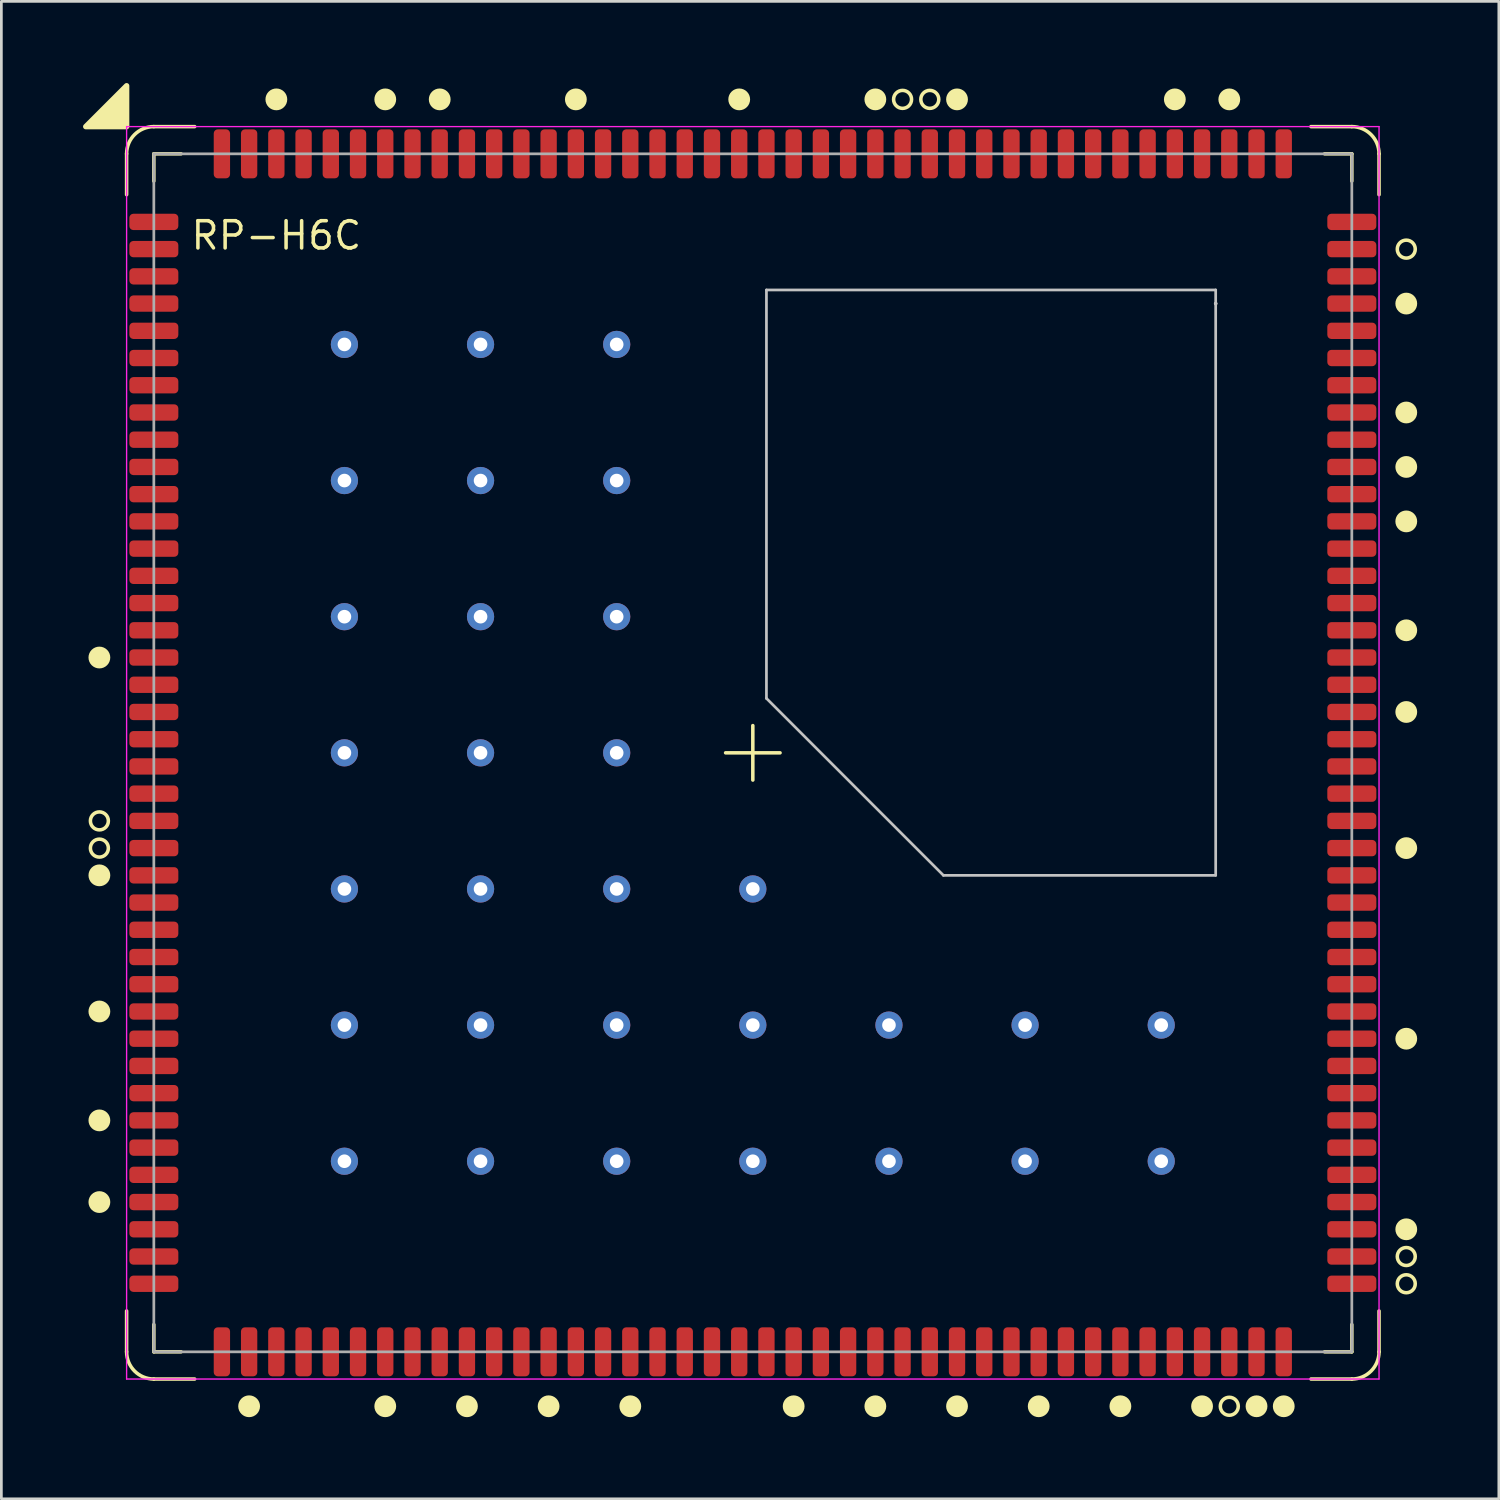
<source format=kicad_pcb>
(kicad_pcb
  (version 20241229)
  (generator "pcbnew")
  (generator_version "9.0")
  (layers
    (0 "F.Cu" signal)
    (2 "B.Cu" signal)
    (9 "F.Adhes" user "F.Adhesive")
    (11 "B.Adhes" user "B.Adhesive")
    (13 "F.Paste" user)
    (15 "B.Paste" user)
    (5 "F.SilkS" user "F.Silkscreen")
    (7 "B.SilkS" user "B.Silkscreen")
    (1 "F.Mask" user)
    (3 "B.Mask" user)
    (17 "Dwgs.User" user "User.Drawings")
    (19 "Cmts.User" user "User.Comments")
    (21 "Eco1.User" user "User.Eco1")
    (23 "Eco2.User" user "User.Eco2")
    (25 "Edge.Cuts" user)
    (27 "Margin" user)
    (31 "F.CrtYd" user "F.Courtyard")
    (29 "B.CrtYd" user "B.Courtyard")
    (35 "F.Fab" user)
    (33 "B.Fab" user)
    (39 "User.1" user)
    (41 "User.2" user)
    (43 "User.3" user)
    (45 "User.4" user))
  (footprint "RP-H6C"
    (layer "F.Cu")
    (at 24.6 24.6)
    (property "Reference" "RP-H6C" (at -17.5 -19 0) (layer "F.SilkS") (effects (font (size 1 1) (thickness 0.13))))
    (attr smd)
    (fp_line (start -23 -22) (end -23 -20.5) (stroke (width 0.13) (type solid)) (layer "F.SilkS"))
    (fp_line (start -23 22) (end -23 20.5) (stroke (width 0.13) (type solid)) (layer "F.SilkS"))
    (fp_line (start -22 -23) (end -20.5 -23) (stroke (width 0.13) (type solid)) (layer "F.SilkS"))
    (fp_line (start -22 -22) (end -22 -21) (stroke (width 0.13) (type solid)) (layer "F.SilkS"))
    (fp_line (start -22 21) (end -22 22) (stroke (width 0.13) (type solid)) (layer "F.SilkS"))
    (fp_line (start -22 22) (end -21 22) (stroke (width 0.13) (type solid)) (layer "F.SilkS"))
    (fp_line (start -22 23) (end -20.5 23) (stroke (width 0.13) (type solid)) (layer "F.SilkS"))
    (fp_line (start -21 -22) (end -22 -22) (stroke (width 0.13) (type solid)) (layer "F.SilkS"))
    (fp_line (start -1 0) (end 1 0) (stroke (width 0.13) (type solid)) (layer "F.SilkS"))
    (fp_line (start 0 1) (end 0 -1) (stroke (width 0.13) (type solid)) (layer "F.SilkS"))
    (fp_line (start 22 -23) (end 20.5 -23) (stroke (width 0.13) (type solid)) (layer "F.SilkS"))
    (fp_line (start 22 -22) (end 21 -22) (stroke (width 0.13) (type solid)) (layer "F.SilkS"))
    (fp_line (start 22 -21) (end 22 -22) (stroke (width 0.13) (type solid)) (layer "F.SilkS"))
    (fp_line (start 22 21) (end 22 22) (stroke (width 0.13) (type solid)) (layer "F.SilkS"))
    (fp_line (start 22 22) (end 21 22) (stroke (width 0.13) (type solid)) (layer "F.SilkS"))
    (fp_line (start 22 23) (end 20.5 23) (stroke (width 0.13) (type solid)) (layer "F.SilkS"))
    (fp_line (start 23 -22) (end 23 -20.5) (stroke (width 0.13) (type solid)) (layer "F.SilkS"))
    (fp_line (start 23 22) (end 23 20.5) (stroke (width 0.13) (type solid)) (layer "F.SilkS"))
    (fp_arc (start -23 -22) (mid -22.707107 -22.707107) (end -22 -23) (stroke (width 0.13) (type solid)) (layer "F.SilkS"))
    (fp_arc (start -22 23) (mid -22.707107 22.707107) (end -23 22) (stroke (width 0.13) (type solid)) (layer "F.SilkS"))
    (fp_arc (start 22 -23) (mid 22.707107 -22.707107) (end 23 -22) (stroke (width 0.13) (type solid)) (layer "F.SilkS"))
    (fp_arc (start 23 22) (mid 22.707107 22.707107) (end 22 23) (stroke (width 0.13) (type solid)) (layer "F.SilkS"))
    (fp_circle (center -24 -3.5) (end -23.8 -3.5) (stroke (width 0.4) (type solid)) (fill no) (layer "F.SilkS"))
    (fp_circle (center -24 2.5) (end -23.67 2.5) (stroke (width 0.13) (type solid)) (fill no) (layer "F.SilkS"))
    (fp_circle (center -24 3.5) (end -23.67 3.5) (stroke (width 0.13) (type solid)) (fill no) (layer "F.SilkS"))
    (fp_circle (center -24 4.5) (end -23.8 4.5) (stroke (width 0.4) (type solid)) (fill no) (layer "F.SilkS"))
    (fp_circle (center -24 9.5) (end -23.8 9.5) (stroke (width 0.4) (type solid)) (fill no) (layer "F.SilkS"))
    (fp_circle (center -24 13.5) (end -23.8 13.5) (stroke (width 0.4) (type solid)) (fill no) (layer "F.SilkS"))
    (fp_circle (center -24 16.5) (end -23.8 16.5) (stroke (width 0.4) (type solid)) (fill no) (layer "F.SilkS"))
    (fp_circle (center -18.5 24) (end -18.3 24) (stroke (width 0.4) (type solid)) (fill no) (layer "F.SilkS"))
    (fp_circle (center -17.5 -24) (end -17.3 -24) (stroke (width 0.4) (type solid)) (fill no) (layer "F.SilkS"))
    (fp_circle (center -13.5 -24) (end -13.3 -24) (stroke (width 0.4) (type solid)) (fill no) (layer "F.SilkS"))
    (fp_circle (center -13.5 24) (end -13.3 24) (stroke (width 0.4) (type solid)) (fill no) (layer "F.SilkS"))
    (fp_circle (center -11.5 -24) (end -11.3 -24) (stroke (width 0.4) (type solid)) (fill no) (layer "F.SilkS"))
    (fp_circle (center -10.5 24) (end -10.3 24) (stroke (width 0.4) (type solid)) (fill no) (layer "F.SilkS"))
    (fp_circle (center -7.5 24) (end -7.3 24) (stroke (width 0.4) (type solid)) (fill no) (layer "F.SilkS"))
    (fp_circle (center -6.5 -24) (end -6.3 -24) (stroke (width 0.4) (type solid)) (fill no) (layer "F.SilkS"))
    (fp_circle (center -4.5 24) (end -4.3 24) (stroke (width 0.4) (type solid)) (fill no) (layer "F.SilkS"))
    (fp_circle (center -0.5 -24) (end -0.3 -24) (stroke (width 0.4) (type solid)) (fill no) (layer "F.SilkS"))
    (fp_circle (center 1.5 24) (end 1.7 24) (stroke (width 0.4) (type solid)) (fill no) (layer "F.SilkS"))
    (fp_circle (center 4.5 -24) (end 4.7 -24) (stroke (width 0.4) (type solid)) (fill no) (layer "F.SilkS"))
    (fp_circle (center 4.5 24) (end 4.7 24) (stroke (width 0.4) (type solid)) (fill no) (layer "F.SilkS"))
    (fp_circle (center 5.5 -24) (end 5.83 -24) (stroke (width 0.13) (type solid)) (fill no) (layer "F.SilkS"))
    (fp_circle (center 6.5 -24) (end 6.83 -24) (stroke (width 0.13) (type solid)) (fill no) (layer "F.SilkS"))
    (fp_circle (center 7.5 -24) (end 7.7 -24) (stroke (width 0.4) (type solid)) (fill no) (layer "F.SilkS"))
    (fp_circle (center 7.5 24) (end 7.7 24) (stroke (width 0.4) (type solid)) (fill no) (layer "F.SilkS"))
    (fp_circle (center 10.5 24) (end 10.7 24) (stroke (width 0.4) (type solid)) (fill no) (layer "F.SilkS"))
    (fp_circle (center 13.5 24) (end 13.7 24) (stroke (width 0.4) (type solid)) (fill no) (layer "F.SilkS"))
    (fp_circle (center 15.5 -24) (end 15.7 -24) (stroke (width 0.4) (type solid)) (fill no) (layer "F.SilkS"))
    (fp_circle (center 16.5 24) (end 16.7 24) (stroke (width 0.4) (type solid)) (fill no) (layer "F.SilkS"))
    (fp_circle (center 17.5 -24) (end 17.7 -24) (stroke (width 0.4) (type solid)) (fill no) (layer "F.SilkS"))
    (fp_circle (center 17.5 24) (end 17.83 24) (stroke (width 0.13) (type solid)) (fill no) (layer "F.SilkS"))
    (fp_circle (center 18.5 24) (end 18.7 24) (stroke (width 0.4) (type solid)) (fill no) (layer "F.SilkS"))
    (fp_circle (center 19.5 24) (end 19.7 24) (stroke (width 0.4) (type solid)) (fill no) (layer "F.SilkS"))
    (fp_circle (center 24 -18.5) (end 24.33 -18.5) (stroke (width 0.13) (type solid)) (fill no) (layer "F.SilkS"))
    (fp_circle (center 24 -16.5) (end 24.2 -16.5) (stroke (width 0.4) (type solid)) (fill no) (layer "F.SilkS"))
    (fp_circle (center 24 -12.5) (end 24.2 -12.5) (stroke (width 0.4) (type solid)) (fill no) (layer "F.SilkS"))
    (fp_circle (center 24 -10.5) (end 24.2 -10.5) (stroke (width 0.4) (type solid)) (fill no) (layer "F.SilkS"))
    (fp_circle (center 24 -8.5) (end 24.2 -8.5) (stroke (width 0.4) (type solid)) (fill no) (layer "F.SilkS"))
    (fp_circle (center 24 -4.5) (end 24.2 -4.5) (stroke (width 0.4) (type solid)) (fill no) (layer "F.SilkS"))
    (fp_circle (center 24 -1.5) (end 24.2 -1.5) (stroke (width 0.4) (type solid)) (fill no) (layer "F.SilkS"))
    (fp_circle (center 24 3.5) (end 24.2 3.5) (stroke (width 0.4) (type solid)) (fill no) (layer "F.SilkS"))
    (fp_circle (center 24 10.5) (end 24.2 10.5) (stroke (width 0.4) (type solid)) (fill no) (layer "F.SilkS"))
    (fp_circle (center 24 17.5) (end 24.2 17.5) (stroke (width 0.4) (type solid)) (fill no) (layer "F.SilkS"))
    (fp_circle (center 24 18.5) (end 24.33 18.5) (stroke (width 0.13) (type solid)) (fill no) (layer "F.SilkS"))
    (fp_circle (center 24 19.5) (end 24.33 19.5) (stroke (width 0.13) (type solid)) (fill no) (layer "F.SilkS"))
    (fp_poly (pts (xy -23 -24.5) (xy -23 -23) (xy -24.5 -23)) (stroke (width 0.2) (type solid)) (fill yes) (layer "F.SilkS"))
    (fp_line (start 0.5 -17) (end 17 -17) (stroke (width 0.1) (type solid)) (layer "Dwgs.User"))
    (fp_line (start 0.5 -2) (end 0.5 -17) (stroke (width 0.1) (type solid)) (layer "Dwgs.User"))
    (fp_line (start 0.5 -2) (end 7 4.5) (stroke (width 0.1) (type solid)) (layer "Dwgs.User"))
    (fp_line (start 17 -17) (end 17 4.5) (stroke (width 0.1) (type solid)) (layer "Dwgs.User"))
    (fp_line (start 17 -16.5) (end 17 -16.5) (stroke (width 0.13) (type solid)) (layer "Dwgs.User"))
    (fp_line (start 17 -16.5) (end 17 -16.5) (stroke (width 0.13) (type solid)) (layer "Dwgs.User"))
    (fp_line (start 17 4.5) (end 7 4.5) (stroke (width 0.1) (type solid)) (layer "Dwgs.User"))
    (fp_line (start -23 -23) (end -23 23) (stroke (width 0.05) (type solid)) (layer "F.CrtYd"))
    (fp_line (start -23 23) (end 23 23) (stroke (width 0.05) (type solid)) (layer "F.CrtYd"))
    (fp_line (start 23 -23) (end -23 -23) (stroke (width 0.05) (type solid)) (layer "F.CrtYd"))
    (fp_line (start 23 23) (end 23 -23) (stroke (width 0.05) (type solid)) (layer "F.CrtYd"))
    (fp_line (start -22 -22) (end -22 22) (stroke (width 0.1) (type solid)) (layer "F.Fab"))
    (fp_line (start -22 22) (end 22 22) (stroke (width 0.1) (type solid)) (layer "F.Fab"))
    (fp_line (start 22 -22) (end -22 -22) (stroke (width 0.1) (type solid)) (layer "F.Fab"))
    (fp_line (start 22 22) (end 22 -22) (stroke (width 0.1) (type solid)) (layer "F.Fab"))
    (pad "1" smd roundrect (at -22 -19.5) (size 1.8 0.6) (layers "F.Cu" "F.Mask" "F.Paste") (roundrect_rratio 0.25))
    (pad "2" smd roundrect (at -22 -18.5) (size 1.8 0.6) (layers "F.Cu" "F.Mask" "F.Paste") (roundrect_rratio 0.25))
    (pad "3" smd roundrect (at -22 -17.5) (size 1.8 0.6) (layers "F.Cu" "F.Mask" "F.Paste") (roundrect_rratio 0.25))
    (pad "4" smd roundrect (at -22 -16.5) (size 1.8 0.6) (layers "F.Cu" "F.Mask" "F.Paste") (roundrect_rratio 0.25))
    (pad "5" smd roundrect (at -22 -15.5) (size 1.8 0.6) (layers "F.Cu" "F.Mask" "F.Paste") (roundrect_rratio 0.25))
    (pad "6" smd roundrect (at -22 -14.5) (size 1.8 0.6) (layers "F.Cu" "F.Mask" "F.Paste") (roundrect_rratio 0.25))
    (pad "7" smd roundrect (at -22 -13.5) (size 1.8 0.6) (layers "F.Cu" "F.Mask" "F.Paste") (roundrect_rratio 0.25))
    (pad "8" smd roundrect (at -22 -12.5) (size 1.8 0.6) (layers "F.Cu" "F.Mask" "F.Paste") (roundrect_rratio 0.25))
    (pad "9" smd roundrect (at -22 -11.5) (size 1.8 0.6) (layers "F.Cu" "F.Mask" "F.Paste") (roundrect_rratio 0.25))
    (pad "10" smd roundrect (at -22 -10.5) (size 1.8 0.6) (layers "F.Cu" "F.Mask" "F.Paste") (roundrect_rratio 0.25))
    (pad "11" smd roundrect (at -22 -9.5) (size 1.8 0.6) (layers "F.Cu" "F.Mask" "F.Paste") (roundrect_rratio 0.25))
    (pad "12" smd roundrect (at -22 -8.5) (size 1.8 0.6) (layers "F.Cu" "F.Mask" "F.Paste") (roundrect_rratio 0.25))
    (pad "13" smd roundrect (at -22 -7.5) (size 1.8 0.6) (layers "F.Cu" "F.Mask" "F.Paste") (roundrect_rratio 0.25))
    (pad "14" smd roundrect (at -22 -6.5) (size 1.8 0.6) (layers "F.Cu" "F.Mask" "F.Paste") (roundrect_rratio 0.25))
    (pad "15" smd roundrect (at -22 -5.5) (size 1.8 0.6) (layers "F.Cu" "F.Mask" "F.Paste") (roundrect_rratio 0.25))
    (pad "16" smd roundrect (at -22 -4.5) (size 1.8 0.6) (layers "F.Cu" "F.Mask" "F.Paste") (roundrect_rratio 0.25))
    (pad "17" smd roundrect (at -22 -3.5) (size 1.8 0.6) (layers "F.Cu" "F.Mask" "F.Paste") (roundrect_rratio 0.25))
    (pad "18" smd roundrect (at -22 -2.5) (size 1.8 0.6) (layers "F.Cu" "F.Mask" "F.Paste") (roundrect_rratio 0.25))
    (pad "19" smd roundrect (at -22 -1.5) (size 1.8 0.6) (layers "F.Cu" "F.Mask" "F.Paste") (roundrect_rratio 0.25))
    (pad "20" smd roundrect (at -22 -0.5) (size 1.8 0.6) (layers "F.Cu" "F.Mask" "F.Paste") (roundrect_rratio 0.25))
    (pad "21" smd roundrect (at -22 0.5) (size 1.8 0.6) (layers "F.Cu" "F.Mask" "F.Paste") (roundrect_rratio 0.25))
    (pad "22" smd roundrect (at -22 1.5) (size 1.8 0.6) (layers "F.Cu" "F.Mask" "F.Paste") (roundrect_rratio 0.25))
    (pad "23" smd roundrect (at -22 2.5) (size 1.8 0.6) (layers "F.Cu" "F.Mask" "F.Paste") (roundrect_rratio 0.25))
    (pad "24" smd roundrect (at -22 3.5) (size 1.8 0.6) (layers "F.Cu" "F.Mask" "F.Paste") (roundrect_rratio 0.25))
    (pad "25" smd roundrect (at -22 4.5) (size 1.8 0.6) (layers "F.Cu" "F.Mask" "F.Paste") (roundrect_rratio 0.25))
    (pad "26" smd roundrect (at -22 5.5) (size 1.8 0.6) (layers "F.Cu" "F.Mask" "F.Paste") (roundrect_rratio 0.25))
    (pad "27" smd roundrect (at -22 6.5) (size 1.8 0.6) (layers "F.Cu" "F.Mask" "F.Paste") (roundrect_rratio 0.25))
    (pad "28" smd roundrect (at -22 7.5) (size 1.8 0.6) (layers "F.Cu" "F.Mask" "F.Paste") (roundrect_rratio 0.25))
    (pad "29" smd roundrect (at -22 8.5) (size 1.8 0.6) (layers "F.Cu" "F.Mask" "F.Paste") (roundrect_rratio 0.25))
    (pad "30" smd roundrect (at -22 9.5) (size 1.8 0.6) (layers "F.Cu" "F.Mask" "F.Paste") (roundrect_rratio 0.25))
    (pad "31" smd roundrect (at -22 10.5) (size 1.8 0.6) (layers "F.Cu" "F.Mask" "F.Paste") (roundrect_rratio 0.25))
    (pad "32" smd roundrect (at -22 11.5) (size 1.8 0.6) (layers "F.Cu" "F.Mask" "F.Paste") (roundrect_rratio 0.25))
    (pad "33" smd roundrect (at -22 12.5) (size 1.8 0.6) (layers "F.Cu" "F.Mask" "F.Paste") (roundrect_rratio 0.25))
    (pad "34" smd roundrect (at -22 13.5) (size 1.8 0.6) (layers "F.Cu" "F.Mask" "F.Paste") (roundrect_rratio 0.25))
    (pad "35" smd roundrect (at -22 14.5) (size 1.8 0.6) (layers "F.Cu" "F.Mask" "F.Paste") (roundrect_rratio 0.25))
    (pad "36" smd roundrect (at -22 15.5) (size 1.8 0.6) (layers "F.Cu" "F.Mask" "F.Paste") (roundrect_rratio 0.25))
    (pad "37" smd roundrect (at -22 16.5) (size 1.8 0.6) (layers "F.Cu" "F.Mask" "F.Paste") (roundrect_rratio 0.25))
    (pad "38" smd roundrect (at -22 17.5) (size 1.8 0.6) (layers "F.Cu" "F.Mask" "F.Paste") (roundrect_rratio 0.25))
    (pad "39" smd roundrect (at -22 18.5) (size 1.8 0.6) (layers "F.Cu" "F.Mask" "F.Paste") (roundrect_rratio 0.25))
    (pad "40" smd roundrect (at -22 19.5) (size 1.8 0.6) (layers "F.Cu" "F.Mask" "F.Paste") (roundrect_rratio 0.25))
    (pad "41" smd roundrect (at -19.5 22) (size 0.6 1.8) (layers "F.Cu" "F.Mask" "F.Paste") (roundrect_rratio 0.25))
    (pad "42" smd roundrect (at -18.5 22) (size 0.6 1.8) (layers "F.Cu" "F.Mask" "F.Paste") (roundrect_rratio 0.25))
    (pad "43" smd roundrect (at -17.5 22) (size 0.6 1.8) (layers "F.Cu" "F.Mask" "F.Paste") (roundrect_rratio 0.25))
    (pad "44" smd roundrect (at -16.5 22) (size 0.6 1.8) (layers "F.Cu" "F.Mask" "F.Paste") (roundrect_rratio 0.25))
    (pad "45" smd roundrect (at -15.5 22) (size 0.6 1.8) (layers "F.Cu" "F.Mask" "F.Paste") (roundrect_rratio 0.25))
    (pad "46" smd roundrect (at -14.5 22) (size 0.6 1.8) (layers "F.Cu" "F.Mask" "F.Paste") (roundrect_rratio 0.25))
    (pad "47" smd roundrect (at -13.5 22) (size 0.6 1.8) (layers "F.Cu" "F.Mask" "F.Paste") (roundrect_rratio 0.25))
    (pad "48" smd roundrect (at -12.5 22) (size 0.6 1.8) (layers "F.Cu" "F.Mask" "F.Paste") (roundrect_rratio 0.25))
    (pad "49" smd roundrect (at -11.5 22) (size 0.6 1.8) (layers "F.Cu" "F.Mask" "F.Paste") (roundrect_rratio 0.25))
    (pad "50" smd roundrect (at -10.5 22) (size 0.6 1.8) (layers "F.Cu" "F.Mask" "F.Paste") (roundrect_rratio 0.25))
    (pad "51" smd roundrect (at -9.5 22) (size 0.6 1.8) (layers "F.Cu" "F.Mask" "F.Paste") (roundrect_rratio 0.25))
    (pad "52" smd roundrect (at -8.5 22) (size 0.6 1.8) (layers "F.Cu" "F.Mask" "F.Paste") (roundrect_rratio 0.25))
    (pad "53" smd roundrect (at -7.5 22) (size 0.6 1.8) (layers "F.Cu" "F.Mask" "F.Paste") (roundrect_rratio 0.25))
    (pad "54" smd roundrect (at -6.5 22) (size 0.6 1.8) (layers "F.Cu" "F.Mask" "F.Paste") (roundrect_rratio 0.25))
    (pad "55" smd roundrect (at -5.5 22) (size 0.6 1.8) (layers "F.Cu" "F.Mask" "F.Paste") (roundrect_rratio 0.25))
    (pad "56" smd roundrect (at -4.5 22) (size 0.6 1.8) (layers "F.Cu" "F.Mask" "F.Paste") (roundrect_rratio 0.25))
    (pad "57" smd roundrect (at -3.5 22) (size 0.6 1.8) (layers "F.Cu" "F.Mask" "F.Paste") (roundrect_rratio 0.25))
    (pad "58" smd roundrect (at -2.5 22) (size 0.6 1.8) (layers "F.Cu" "F.Mask" "F.Paste") (roundrect_rratio 0.25))
    (pad "59" smd roundrect (at -1.5 22) (size 0.6 1.8) (layers "F.Cu" "F.Mask" "F.Paste") (roundrect_rratio 0.25))
    (pad "60" smd roundrect (at -0.5 22) (size 0.6 1.8) (layers "F.Cu" "F.Mask" "F.Paste") (roundrect_rratio 0.25))
    (pad "61" smd roundrect (at 0.5 22) (size 0.6 1.8) (layers "F.Cu" "F.Mask" "F.Paste") (roundrect_rratio 0.25))
    (pad "62" smd roundrect (at 1.5 22) (size 0.6 1.8) (layers "F.Cu" "F.Mask" "F.Paste") (roundrect_rratio 0.25))
    (pad "63" smd roundrect (at 2.5 22) (size 0.6 1.8) (layers "F.Cu" "F.Mask" "F.Paste") (roundrect_rratio 0.25))
    (pad "64" smd roundrect (at 3.5 22) (size 0.6 1.8) (layers "F.Cu" "F.Mask" "F.Paste") (roundrect_rratio 0.25))
    (pad "65" smd roundrect (at 4.5 22) (size 0.6 1.8) (layers "F.Cu" "F.Mask" "F.Paste") (roundrect_rratio 0.25))
    (pad "66" smd roundrect (at 5.5 22) (size 0.6 1.8) (layers "F.Cu" "F.Mask" "F.Paste") (roundrect_rratio 0.25))
    (pad "67" smd roundrect (at 6.5 22) (size 0.6 1.8) (layers "F.Cu" "F.Mask" "F.Paste") (roundrect_rratio 0.25))
    (pad "68" smd roundrect (at 7.5 22) (size 0.6 1.8) (layers "F.Cu" "F.Mask" "F.Paste") (roundrect_rratio 0.25))
    (pad "69" smd roundrect (at 8.5 22) (size 0.6 1.8) (layers "F.Cu" "F.Mask" "F.Paste") (roundrect_rratio 0.25))
    (pad "70" smd roundrect (at 9.5 22) (size 0.6 1.8) (layers "F.Cu" "F.Mask" "F.Paste") (roundrect_rratio 0.25))
    (pad "71" smd roundrect (at 10.5 22) (size 0.6 1.8) (layers "F.Cu" "F.Mask" "F.Paste") (roundrect_rratio 0.25))
    (pad "72" smd roundrect (at 11.5 22) (size 0.6 1.8) (layers "F.Cu" "F.Mask" "F.Paste") (roundrect_rratio 0.25))
    (pad "73" smd roundrect (at 12.5 22) (size 0.6 1.8) (layers "F.Cu" "F.Mask" "F.Paste") (roundrect_rratio 0.25))
    (pad "74" smd roundrect (at 13.5 22) (size 0.6 1.8) (layers "F.Cu" "F.Mask" "F.Paste") (roundrect_rratio 0.25))
    (pad "75" smd roundrect (at 14.5 22) (size 0.6 1.8) (layers "F.Cu" "F.Mask" "F.Paste") (roundrect_rratio 0.25))
    (pad "76" smd roundrect (at 15.5 22) (size 0.6 1.8) (layers "F.Cu" "F.Mask" "F.Paste") (roundrect_rratio 0.25))
    (pad "77" smd roundrect (at 16.5 22) (size 0.6 1.8) (layers "F.Cu" "F.Mask" "F.Paste") (roundrect_rratio 0.25))
    (pad "78" smd roundrect (at 17.5 22) (size 0.6 1.8) (layers "F.Cu" "F.Mask" "F.Paste") (roundrect_rratio 0.25))
    (pad "79" smd roundrect (at 18.5 22) (size 0.6 1.8) (layers "F.Cu" "F.Mask" "F.Paste") (roundrect_rratio 0.25))
    (pad "80" smd roundrect (at 19.5 22) (size 0.6 1.8) (layers "F.Cu" "F.Mask" "F.Paste") (roundrect_rratio 0.25))
    (pad "81" smd roundrect (at 22 19.5) (size 1.8 0.6) (layers "F.Cu" "F.Mask" "F.Paste") (roundrect_rratio 0.25))
    (pad "82" smd roundrect (at 22 18.5) (size 1.8 0.6) (layers "F.Cu" "F.Mask" "F.Paste") (roundrect_rratio 0.25))
    (pad "83" smd roundrect (at 22 17.5) (size 1.8 0.6) (layers "F.Cu" "F.Mask" "F.Paste") (roundrect_rratio 0.25))
    (pad "84" smd roundrect (at 22 16.5) (size 1.8 0.6) (layers "F.Cu" "F.Mask" "F.Paste") (roundrect_rratio 0.25))
    (pad "85" smd roundrect (at 22 15.5) (size 1.8 0.6) (layers "F.Cu" "F.Mask" "F.Paste") (roundrect_rratio 0.25))
    (pad "86" smd roundrect (at 22 14.5) (size 1.8 0.6) (layers "F.Cu" "F.Mask" "F.Paste") (roundrect_rratio 0.25))
    (pad "87" smd roundrect (at 22 13.5) (size 1.8 0.6) (layers "F.Cu" "F.Mask" "F.Paste") (roundrect_rratio 0.25))
    (pad "88" smd roundrect (at 22 12.5) (size 1.8 0.6) (layers "F.Cu" "F.Mask" "F.Paste") (roundrect_rratio 0.25))
    (pad "89" smd roundrect (at 22 11.5) (size 1.8 0.6) (layers "F.Cu" "F.Mask" "F.Paste") (roundrect_rratio 0.25))
    (pad "90" smd roundrect (at 22 10.5) (size 1.8 0.6) (layers "F.Cu" "F.Mask" "F.Paste") (roundrect_rratio 0.25))
    (pad "91" smd roundrect (at 22 9.5) (size 1.8 0.6) (layers "F.Cu" "F.Mask" "F.Paste") (roundrect_rratio 0.25))
    (pad "92" smd roundrect (at 22 8.5) (size 1.8 0.6) (layers "F.Cu" "F.Mask" "F.Paste") (roundrect_rratio 0.25))
    (pad "93" smd roundrect (at 22 7.5) (size 1.8 0.6) (layers "F.Cu" "F.Mask" "F.Paste") (roundrect_rratio 0.25))
    (pad "94" smd roundrect (at 22 6.5) (size 1.8 0.6) (layers "F.Cu" "F.Mask" "F.Paste") (roundrect_rratio 0.25))
    (pad "95" smd roundrect (at 22 5.5) (size 1.8 0.6) (layers "F.Cu" "F.Mask" "F.Paste") (roundrect_rratio 0.25))
    (pad "96" smd roundrect (at 22 4.5) (size 1.8 0.6) (layers "F.Cu" "F.Mask" "F.Paste") (roundrect_rratio 0.25))
    (pad "97" smd roundrect (at 22 3.5) (size 1.8 0.6) (layers "F.Cu" "F.Mask" "F.Paste") (roundrect_rratio 0.25))
    (pad "98" smd roundrect (at 22 2.5) (size 1.8 0.6) (layers "F.Cu" "F.Mask" "F.Paste") (roundrect_rratio 0.25))
    (pad "99" smd roundrect (at 22 1.5) (size 1.8 0.6) (layers "F.Cu" "F.Mask" "F.Paste") (roundrect_rratio 0.25))
    (pad "100" smd roundrect (at 22 0.5) (size 1.8 0.6) (layers "F.Cu" "F.Mask" "F.Paste") (roundrect_rratio 0.25))
    (pad "101" smd roundrect (at 22 -0.5) (size 1.8 0.6) (layers "F.Cu" "F.Mask" "F.Paste") (roundrect_rratio 0.25))
    (pad "102" smd roundrect (at 22 -1.5) (size 1.8 0.6) (layers "F.Cu" "F.Mask" "F.Paste") (roundrect_rratio 0.25))
    (pad "103" smd roundrect (at 22 -2.5) (size 1.8 0.6) (layers "F.Cu" "F.Mask" "F.Paste") (roundrect_rratio 0.25))
    (pad "104" smd roundrect (at 22 -3.5) (size 1.8 0.6) (layers "F.Cu" "F.Mask" "F.Paste") (roundrect_rratio 0.25))
    (pad "105" smd roundrect (at 22 -4.5) (size 1.8 0.6) (layers "F.Cu" "F.Mask" "F.Paste") (roundrect_rratio 0.25))
    (pad "106" smd roundrect (at 22 -5.5) (size 1.8 0.6) (layers "F.Cu" "F.Mask" "F.Paste") (roundrect_rratio 0.25))
    (pad "107" smd roundrect (at 22 -6.5) (size 1.8 0.6) (layers "F.Cu" "F.Mask" "F.Paste") (roundrect_rratio 0.25))
    (pad "108" smd roundrect (at 22 -7.5) (size 1.8 0.6) (layers "F.Cu" "F.Mask" "F.Paste") (roundrect_rratio 0.25))
    (pad "109" smd roundrect (at 22 -8.5) (size 1.8 0.6) (layers "F.Cu" "F.Mask" "F.Paste") (roundrect_rratio 0.25))
    (pad "110" smd roundrect (at 22 -9.5) (size 1.8 0.6) (layers "F.Cu" "F.Mask" "F.Paste") (roundrect_rratio 0.25))
    (pad "111" smd roundrect (at 22 -10.5) (size 1.8 0.6) (layers "F.Cu" "F.Mask" "F.Paste") (roundrect_rratio 0.25))
    (pad "112" smd roundrect (at 22 -11.5) (size 1.8 0.6) (layers "F.Cu" "F.Mask" "F.Paste") (roundrect_rratio 0.25))
    (pad "113" smd roundrect (at 22 -12.5) (size 1.8 0.6) (layers "F.Cu" "F.Mask" "F.Paste") (roundrect_rratio 0.25))
    (pad "114" smd roundrect (at 22 -13.5) (size 1.8 0.6) (layers "F.Cu" "F.Mask" "F.Paste") (roundrect_rratio 0.25))
    (pad "115" smd roundrect (at 22 -14.5) (size 1.8 0.6) (layers "F.Cu" "F.Mask" "F.Paste") (roundrect_rratio 0.25))
    (pad "116" smd roundrect (at 22 -15.5) (size 1.8 0.6) (layers "F.Cu" "F.Mask" "F.Paste") (roundrect_rratio 0.25))
    (pad "117" smd roundrect (at 22 -16.5) (size 1.8 0.6) (layers "F.Cu" "F.Mask" "F.Paste") (roundrect_rratio 0.25))
    (pad "118" smd roundrect (at 22 -17.5) (size 1.8 0.6) (layers "F.Cu" "F.Mask" "F.Paste") (roundrect_rratio 0.25))
    (pad "119" smd roundrect (at 22 -18.5) (size 1.8 0.6) (layers "F.Cu" "F.Mask" "F.Paste") (roundrect_rratio 0.25))
    (pad "120" smd roundrect (at 22 -19.5) (size 1.8 0.6) (layers "F.Cu" "F.Mask" "F.Paste") (roundrect_rratio 0.25))
    (pad "121" smd roundrect (at 19.5 -22) (size 0.6 1.8) (layers "F.Cu" "F.Mask" "F.Paste") (roundrect_rratio 0.25))
    (pad "122" smd roundrect (at 18.5 -22) (size 0.6 1.8) (layers "F.Cu" "F.Mask" "F.Paste") (roundrect_rratio 0.25))
    (pad "123" smd roundrect (at 17.5 -22) (size 0.6 1.8) (layers "F.Cu" "F.Mask" "F.Paste") (roundrect_rratio 0.25))
    (pad "124" smd roundrect (at 16.5 -22) (size 0.6 1.8) (layers "F.Cu" "F.Mask" "F.Paste") (roundrect_rratio 0.25))
    (pad "125" smd roundrect (at 15.5 -22) (size 0.6 1.8) (layers "F.Cu" "F.Mask" "F.Paste") (roundrect_rratio 0.25))
    (pad "126" smd roundrect (at 14.5 -22) (size 0.6 1.8) (layers "F.Cu" "F.Mask" "F.Paste") (roundrect_rratio 0.25))
    (pad "127" smd roundrect (at 13.5 -22) (size 0.6 1.8) (layers "F.Cu" "F.Mask" "F.Paste") (roundrect_rratio 0.25))
    (pad "128" smd roundrect (at 12.5 -22) (size 0.6 1.8) (layers "F.Cu" "F.Mask" "F.Paste") (roundrect_rratio 0.25))
    (pad "129" smd roundrect (at 11.5 -22) (size 0.6 1.8) (layers "F.Cu" "F.Mask" "F.Paste") (roundrect_rratio 0.25))
    (pad "130" smd roundrect (at 10.5 -22) (size 0.6 1.8) (layers "F.Cu" "F.Mask" "F.Paste") (roundrect_rratio 0.25))
    (pad "131" smd roundrect (at 9.5 -22) (size 0.6 1.8) (layers "F.Cu" "F.Mask" "F.Paste") (roundrect_rratio 0.25))
    (pad "132" smd roundrect (at 8.5 -22) (size 0.6 1.8) (layers "F.Cu" "F.Mask" "F.Paste") (roundrect_rratio 0.25))
    (pad "133" smd roundrect (at 7.5 -22) (size 0.6 1.8) (layers "F.Cu" "F.Mask" "F.Paste") (roundrect_rratio 0.25))
    (pad "134" smd roundrect (at 6.5 -22) (size 0.6 1.8) (layers "F.Cu" "F.Mask" "F.Paste") (roundrect_rratio 0.25))
    (pad "135" smd roundrect (at 5.5 -22) (size 0.6 1.8) (layers "F.Cu" "F.Mask" "F.Paste") (roundrect_rratio 0.25))
    (pad "136" smd roundrect (at 4.5 -22) (size 0.6 1.8) (layers "F.Cu" "F.Mask" "F.Paste") (roundrect_rratio 0.25))
    (pad "137" smd roundrect (at 3.5 -22) (size 0.6 1.8) (layers "F.Cu" "F.Mask" "F.Paste") (roundrect_rratio 0.25))
    (pad "138" smd roundrect (at 2.5 -22) (size 0.6 1.8) (layers "F.Cu" "F.Mask" "F.Paste") (roundrect_rratio 0.25))
    (pad "139" smd roundrect (at 1.5 -22) (size 0.6 1.8) (layers "F.Cu" "F.Mask" "F.Paste") (roundrect_rratio 0.25))
    (pad "140" smd roundrect (at 0.5 -22) (size 0.6 1.8) (layers "F.Cu" "F.Mask" "F.Paste") (roundrect_rratio 0.25))
    (pad "141" smd roundrect (at -0.5 -22) (size 0.6 1.8) (layers "F.Cu" "F.Mask" "F.Paste") (roundrect_rratio 0.25))
    (pad "142" smd roundrect (at -1.5 -22) (size 0.6 1.8) (layers "F.Cu" "F.Mask" "F.Paste") (roundrect_rratio 0.25))
    (pad "143" smd roundrect (at -2.5 -22) (size 0.6 1.8) (layers "F.Cu" "F.Mask" "F.Paste") (roundrect_rratio 0.25))
    (pad "144" smd roundrect (at -3.5 -22) (size 0.6 1.8) (layers "F.Cu" "F.Mask" "F.Paste") (roundrect_rratio 0.25))
    (pad "145" smd roundrect (at -4.5 -22) (size 0.6 1.8) (layers "F.Cu" "F.Mask" "F.Paste") (roundrect_rratio 0.25))
    (pad "146" smd roundrect (at -5.5 -22) (size 0.6 1.8) (layers "F.Cu" "F.Mask" "F.Paste") (roundrect_rratio 0.25))
    (pad "147" smd roundrect (at -6.5 -22) (size 0.6 1.8) (layers "F.Cu" "F.Mask" "F.Paste") (roundrect_rratio 0.25))
    (pad "148" smd roundrect (at -7.5 -22) (size 0.6 1.8) (layers "F.Cu" "F.Mask" "F.Paste") (roundrect_rratio 0.25))
    (pad "149" smd roundrect (at -8.5 -22) (size 0.6 1.8) (layers "F.Cu" "F.Mask" "F.Paste") (roundrect_rratio 0.25))
    (pad "150" smd roundrect (at -9.5 -22) (size 0.6 1.8) (layers "F.Cu" "F.Mask" "F.Paste") (roundrect_rratio 0.25))
    (pad "151" smd roundrect (at -10.5 -22) (size 0.6 1.8) (layers "F.Cu" "F.Mask" "F.Paste") (roundrect_rratio 0.25))
    (pad "152" smd roundrect (at -11.5 -22) (size 0.6 1.8) (layers "F.Cu" "F.Mask" "F.Paste") (roundrect_rratio 0.25))
    (pad "153" smd roundrect (at -12.5 -22) (size 0.6 1.8) (layers "F.Cu" "F.Mask" "F.Paste") (roundrect_rratio 0.25))
    (pad "154" smd roundrect (at -13.5 -22) (size 0.6 1.8) (layers "F.Cu" "F.Mask" "F.Paste") (roundrect_rratio 0.25))
    (pad "155" smd roundrect (at -14.5 -22) (size 0.6 1.8) (layers "F.Cu" "F.Mask" "F.Paste") (roundrect_rratio 0.25))
    (pad "156" smd roundrect (at -15.5 -22) (size 0.6 1.8) (layers "F.Cu" "F.Mask" "F.Paste") (roundrect_rratio 0.25))
    (pad "157" smd roundrect (at -16.5 -22) (size 0.6 1.8) (layers "F.Cu" "F.Mask" "F.Paste") (roundrect_rratio 0.25))
    (pad "158" smd roundrect (at -17.5 -22) (size 0.6 1.8) (layers "F.Cu" "F.Mask" "F.Paste") (roundrect_rratio 0.25))
    (pad "159" smd roundrect (at -18.5 -22) (size 0.6 1.8) (layers "F.Cu" "F.Mask" "F.Paste") (roundrect_rratio 0.25))
    (pad "160" smd roundrect (at -19.5 -22) (size 0.6 1.8) (layers "F.Cu" "F.Mask" "F.Paste") (roundrect_rratio 0.25))
    (pad "GND" thru_hole circle (at -15 -15) (size 1 1) (drill 0.5) (layers "*.Cu" "*.Mask"))
    (pad "GND" thru_hole circle (at -15 -10) (size 1 1) (drill 0.5) (layers "*.Cu" "*.Mask"))
    (pad "GND" thru_hole circle (at -15 -5) (size 1 1) (drill 0.5) (layers "*.Cu" "*.Mask"))
    (pad "GND" thru_hole circle (at -15 0) (size 1 1) (drill 0.5) (layers "*.Cu" "*.Mask"))
    (pad "GND" thru_hole circle (at -15 5) (size 1 1) (drill 0.5) (layers "*.Cu" "*.Mask"))
    (pad "GND" thru_hole circle (at -15 10) (size 1 1) (drill 0.5) (layers "*.Cu" "*.Mask"))
    (pad "GND" thru_hole circle (at -15 15) (size 1 1) (drill 0.5) (layers "*.Cu" "*.Mask"))
    (pad "GND" thru_hole circle (at -10 -15) (size 1 1) (drill 0.5) (layers "*.Cu" "*.Mask"))
    (pad "GND" thru_hole circle (at -10 -10) (size 1 1) (drill 0.5) (layers "*.Cu" "*.Mask"))
    (pad "GND" thru_hole circle (at -10 -5) (size 1 1) (drill 0.5) (layers "*.Cu" "*.Mask"))
    (pad "GND" thru_hole circle (at -10 0) (size 1 1) (drill 0.5) (layers "*.Cu" "*.Mask"))
    (pad "GND" thru_hole circle (at -10 5) (size 1 1) (drill 0.5) (layers "*.Cu" "*.Mask"))
    (pad "GND" thru_hole circle (at -10 10) (size 1 1) (drill 0.5) (layers "*.Cu" "*.Mask"))
    (pad "GND" thru_hole circle (at -10 15) (size 1 1) (drill 0.5) (layers "*.Cu" "*.Mask"))
    (pad "GND" thru_hole circle (at -5 -15) (size 1 1) (drill 0.5) (layers "*.Cu" "*.Mask"))
    (pad "GND" thru_hole circle (at -5 -10) (size 1 1) (drill 0.5) (layers "*.Cu" "*.Mask"))
    (pad "GND" thru_hole circle (at -5 -5) (size 1 1) (drill 0.5) (layers "*.Cu" "*.Mask"))
    (pad "GND" thru_hole circle (at -5 0) (size 1 1) (drill 0.5) (layers "*.Cu" "*.Mask"))
    (pad "GND" thru_hole circle (at -5 5) (size 1 1) (drill 0.5) (layers "*.Cu" "*.Mask"))
    (pad "GND" thru_hole circle (at -5 10) (size 1 1) (drill 0.5) (layers "*.Cu" "*.Mask"))
    (pad "GND" thru_hole circle (at -5 15) (size 1 1) (drill 0.5) (layers "*.Cu" "*.Mask"))
    (pad "GND" thru_hole circle (at 0 5) (size 1 1) (drill 0.5) (layers "*.Cu" "*.Mask"))
    (pad "GND" thru_hole circle (at 0 10) (size 1 1) (drill 0.5) (layers "*.Cu" "*.Mask"))
    (pad "GND" thru_hole circle (at 0 15) (size 1 1) (drill 0.5) (layers "*.Cu" "*.Mask"))
    (pad "GND" thru_hole circle (at 5 10) (size 1 1) (drill 0.5) (layers "*.Cu" "*.Mask"))
    (pad "GND" thru_hole circle (at 5 15) (size 1 1) (drill 0.5) (layers "*.Cu" "*.Mask"))
    (pad "GND" thru_hole circle (at 10 10) (size 1 1) (drill 0.5) (layers "*.Cu" "*.Mask"))
    (pad "GND" thru_hole circle (at 10 15) (size 1 1) (drill 0.5) (layers "*.Cu" "*.Mask"))
    (pad "GND" thru_hole circle (at 15 10) (size 1 1) (drill 0.5) (layers "*.Cu" "*.Mask"))
    (pad "GND" thru_hole circle (at 15 15) (size 1 1) (drill 0.5) (layers "*.Cu" "*.Mask")))
  (gr_rect
    (start -3 -3)
    (end 52 52)
    (stroke (width 0.1) (type default))
    (fill no)
    (layer "Edge.Cuts")))
</source>
